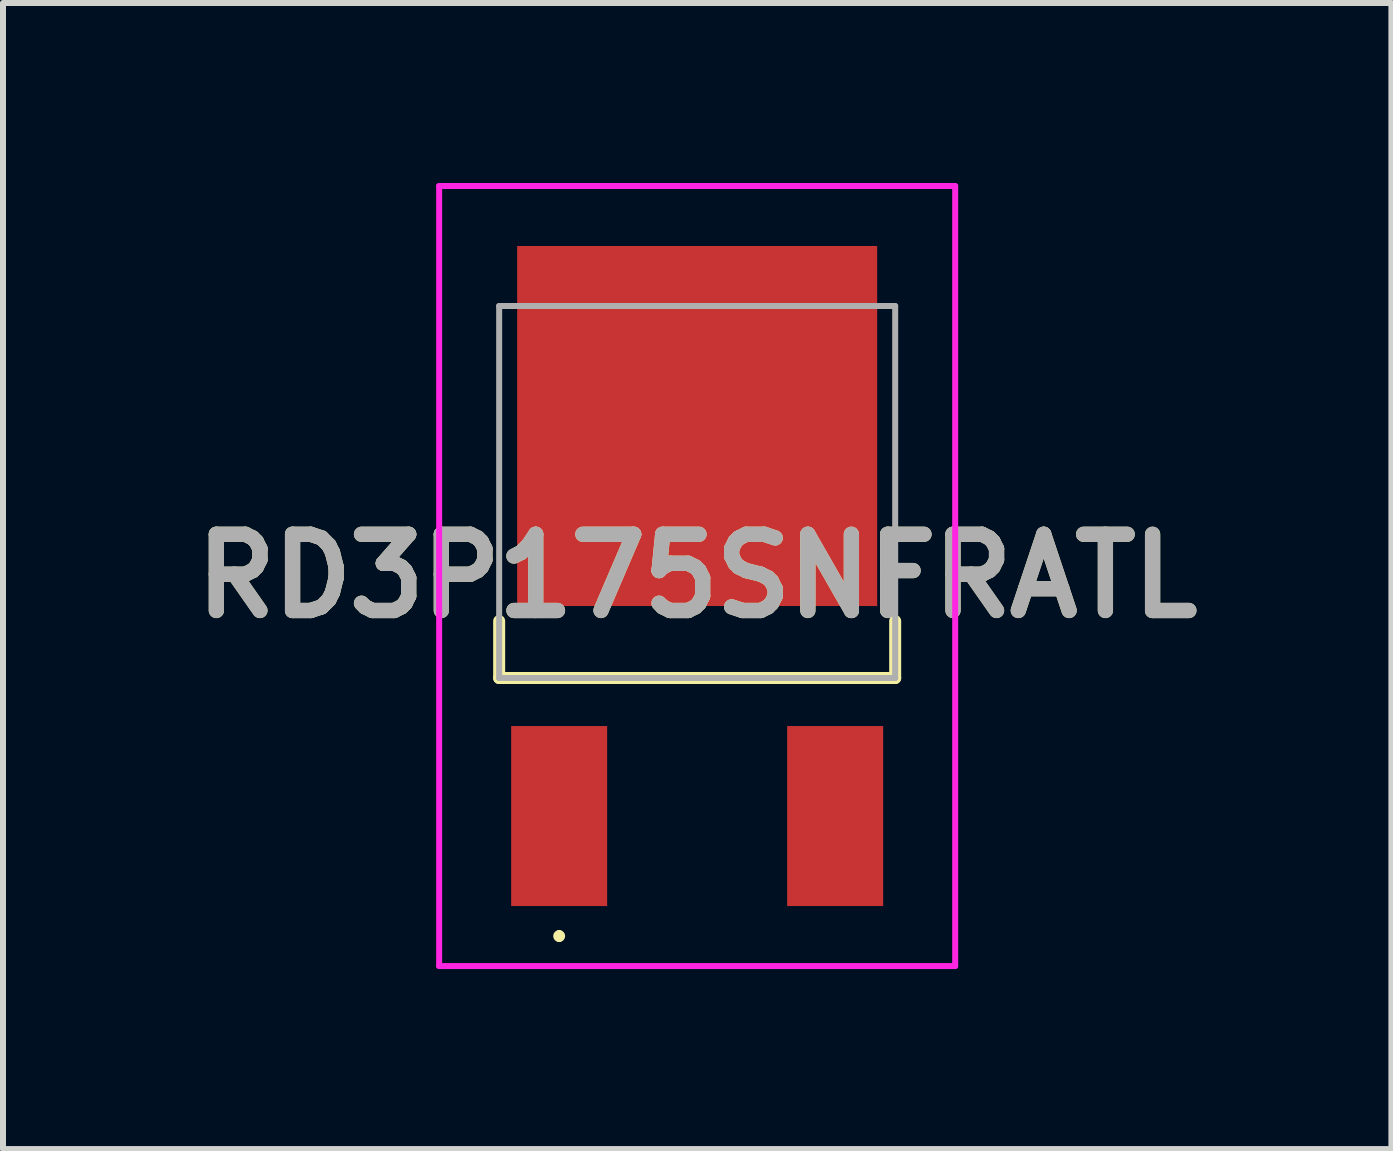
<source format=kicad_pcb>
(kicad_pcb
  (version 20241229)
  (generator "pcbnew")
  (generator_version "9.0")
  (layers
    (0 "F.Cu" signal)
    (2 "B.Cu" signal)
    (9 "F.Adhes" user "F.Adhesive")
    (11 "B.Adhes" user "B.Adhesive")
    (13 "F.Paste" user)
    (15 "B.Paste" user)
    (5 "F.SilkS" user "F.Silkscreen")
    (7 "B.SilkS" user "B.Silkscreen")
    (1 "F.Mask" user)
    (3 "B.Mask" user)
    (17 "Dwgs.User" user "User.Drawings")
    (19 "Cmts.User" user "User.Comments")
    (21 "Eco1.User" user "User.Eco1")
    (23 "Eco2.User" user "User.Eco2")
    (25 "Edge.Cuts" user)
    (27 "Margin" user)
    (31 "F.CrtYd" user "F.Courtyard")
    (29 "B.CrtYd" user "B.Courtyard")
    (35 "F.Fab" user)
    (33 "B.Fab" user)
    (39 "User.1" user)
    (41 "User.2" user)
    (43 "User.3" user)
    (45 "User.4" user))
  (footprint "RD3P175SNFRATL"
    (layer "F.Cu")
    (at 8.569 6.3)
    (property "Reference" "RD3P175SNFRATL" (at 0 0.25 0) (layer "F.SilkS") (effects (font (size 1.27 1.27) (thickness 0.254))))
    (attr smd)
    (fp_line (start -3.3 1) (end -3.3 1.95) (stroke (width 0.2) (type solid)) (layer "F.SilkS"))
    (fp_line (start -3.3 1.95) (end 3.3 1.95) (stroke (width 0.2) (type solid)) (layer "F.SilkS"))
    (fp_line (start -2.3 6.2) (end -2.3 6.2) (stroke (width 0.1) (type solid)) (layer "F.SilkS"))
    (fp_line (start -2.3 6.3) (end -2.3 6.3) (stroke (width 0.1) (type solid)) (layer "F.SilkS"))
    (fp_line (start 3.3 1.95) (end 3.3 1) (stroke (width 0.2) (type solid)) (layer "F.SilkS"))
    (fp_arc (start -2.3 6.2) (mid -2.25 6.25) (end -2.3 6.3) (stroke (width 0.1) (type solid)) (layer "F.SilkS"))
    (fp_arc (start -2.3 6.3) (mid -2.35 6.25) (end -2.3 6.2) (stroke (width 0.1) (type solid)) (layer "F.SilkS"))
    (fp_line (start -4.3 -6.25) (end 4.3 -6.25) (stroke (width 0.1) (type solid)) (layer "F.CrtYd"))
    (fp_line (start -4.3 6.75) (end -4.3 -6.25) (stroke (width 0.1) (type solid)) (layer "F.CrtYd"))
    (fp_line (start 4.3 -6.25) (end 4.3 6.75) (stroke (width 0.1) (type solid)) (layer "F.CrtYd"))
    (fp_line (start 4.3 6.75) (end -4.3 6.75) (stroke (width 0.1) (type solid)) (layer "F.CrtYd"))
    (fp_line (start -3.3 -4.25) (end 3.3 -4.25) (stroke (width 0.1) (type solid)) (layer "F.Fab"))
    (fp_line (start -3.3 1.95) (end -3.3 -4.25) (stroke (width 0.1) (type solid)) (layer "F.Fab"))
    (fp_line (start 3.3 -4.25) (end 3.3 1.95) (stroke (width 0.1) (type solid)) (layer "F.Fab"))
    (fp_line (start 3.3 1.95) (end -3.3 1.95) (stroke (width 0.1) (type solid)) (layer "F.Fab"))
    (fp_text user "${REFERENCE}" (at 0 0.25 0) (layer "F.Fab") (effects (font (size 1.27 1.27) (thickness 0.254))))
    (pad "1" smd rect (at -2.3 4.25) (size 1.6 3) (layers "F.Cu" "F.Mask" "F.Paste"))
    (pad "2" smd rect (at 0 -2.25) (size 6 6) (layers "F.Cu" "F.Mask" "F.Paste"))
    (pad "3" smd rect (at 2.3 4.25) (size 1.6 3) (layers "F.Cu" "F.Mask" "F.Paste")))
  (gr_rect
    (start -3 -3)
    (end 20.139 16.1)
    (stroke (width 0.1) (type default))
    (fill no)
    (layer "Edge.Cuts")))
</source>
